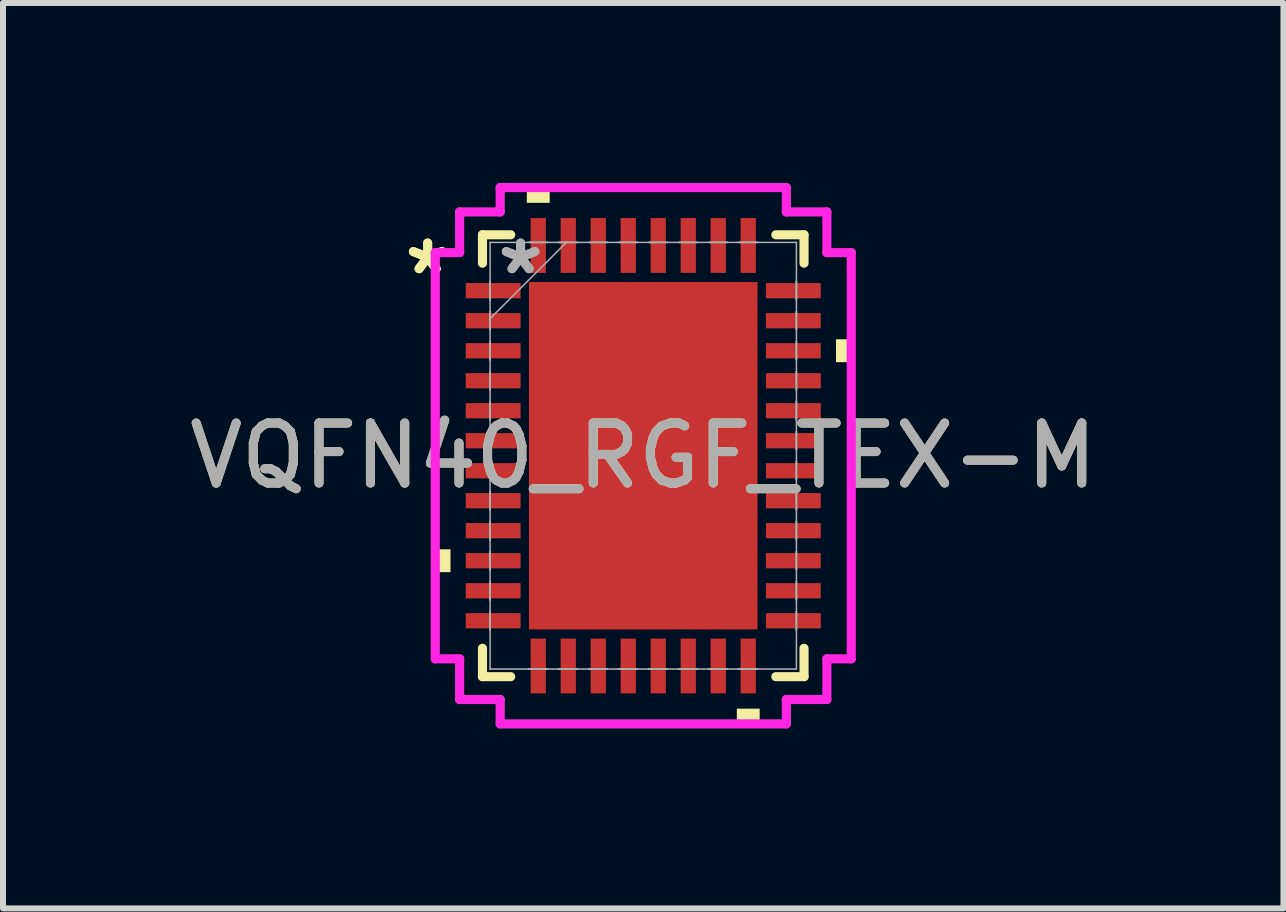
<source format=kicad_pcb>
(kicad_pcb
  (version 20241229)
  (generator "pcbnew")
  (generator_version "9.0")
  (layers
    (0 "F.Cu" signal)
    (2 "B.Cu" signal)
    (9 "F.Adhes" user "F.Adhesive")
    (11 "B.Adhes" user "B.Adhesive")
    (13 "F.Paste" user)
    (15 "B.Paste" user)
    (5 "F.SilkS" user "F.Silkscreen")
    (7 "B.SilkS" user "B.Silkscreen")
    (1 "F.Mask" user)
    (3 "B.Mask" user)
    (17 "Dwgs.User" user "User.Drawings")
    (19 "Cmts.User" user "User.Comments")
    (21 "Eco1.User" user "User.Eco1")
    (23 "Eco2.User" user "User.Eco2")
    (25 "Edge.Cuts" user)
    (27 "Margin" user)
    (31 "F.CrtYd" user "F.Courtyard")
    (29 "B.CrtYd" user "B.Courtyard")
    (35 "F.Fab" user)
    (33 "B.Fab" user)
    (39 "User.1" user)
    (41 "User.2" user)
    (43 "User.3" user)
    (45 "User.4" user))
  (footprint "VQFN40_RGF_TEX-M"
    (layer "F.Cu")
    (at 7.673 4.547)
    (property "Reference" "VQFN40_RGF_TEX-M" (at 0 0 0) (unlocked yes) (layer "F.SilkS") (effects (font (size 1 1) (thickness 0.15))))
    (attr smd)
    (fp_line (start -2.68 -3.683) (end -2.68 -3.21) (stroke (width 0.152) (type solid)) (layer "F.SilkS"))
    (fp_line (start -2.68 3.21) (end -2.68 3.683) (stroke (width 0.152) (type solid)) (layer "F.SilkS"))
    (fp_line (start -2.68 3.683) (end -2.21 3.683) (stroke (width 0.152) (type solid)) (layer "F.SilkS"))
    (fp_line (start -2.21 -3.683) (end -2.68 -3.683) (stroke (width 0.152) (type solid)) (layer "F.SilkS"))
    (fp_line (start 2.21 3.683) (end 2.68 3.683) (stroke (width 0.152) (type solid)) (layer "F.SilkS"))
    (fp_line (start 2.68 -3.683) (end 2.21 -3.683) (stroke (width 0.152) (type solid)) (layer "F.SilkS"))
    (fp_line (start 2.68 -3.21) (end 2.68 -3.683) (stroke (width 0.152) (type solid)) (layer "F.SilkS"))
    (fp_line (start 2.68 3.683) (end 2.68 3.21) (stroke (width 0.152) (type solid)) (layer "F.SilkS"))
    (fp_poly (pts (xy -3.467 1.56) (xy -3.467 1.941) (xy -3.213 1.941) (xy -3.213 1.56)) (stroke (width 0) (type solid)) (fill yes) (layer "F.SilkS"))
    (fp_poly (pts (xy -1.941 -4.216) (xy -1.941 -4.47) (xy -1.56 -4.47) (xy -1.56 -4.216)) (stroke (width 0) (type solid)) (fill yes) (layer "F.SilkS"))
    (fp_poly (pts (xy 1.56 4.216) (xy 1.56 4.47) (xy 1.941 4.47) (xy 1.941 4.216)) (stroke (width 0) (type solid)) (fill yes) (layer "F.SilkS"))
    (fp_poly (pts (xy 3.467 -1.941) (xy 3.467 -1.56) (xy 3.213 -1.56) (xy 3.213 -1.941)) (stroke (width 0) (type solid)) (fill yes) (layer "F.SilkS"))
    (fp_poly (pts (xy -1.805 -2.796) (xy -1.805 -1.548) (xy -0.735 -1.548) (xy -0.735 -2.796)) (stroke (width 0) (type solid)) (fill yes) (layer "F.Paste"))
    (fp_poly (pts (xy -1.805 -1.348) (xy -1.805 -0.1) (xy -0.735 -0.1) (xy -0.735 -1.348)) (stroke (width 0) (type solid)) (fill yes) (layer "F.Paste"))
    (fp_poly (pts (xy -1.805 0.1) (xy -1.805 1.348) (xy -0.735 1.348) (xy -0.735 0.1)) (stroke (width 0) (type solid)) (fill yes) (layer "F.Paste"))
    (fp_poly (pts (xy -1.805 1.548) (xy -1.805 2.796) (xy -0.735 2.796) (xy -0.735 1.548)) (stroke (width 0) (type solid)) (fill yes) (layer "F.Paste"))
    (fp_poly (pts (xy -0.535 -2.796) (xy -0.535 -1.548) (xy 0.535 -1.548) (xy 0.535 -2.796)) (stroke (width 0) (type solid)) (fill yes) (layer "F.Paste"))
    (fp_poly (pts (xy -0.535 -1.348) (xy -0.535 -0.1) (xy 0.535 -0.1) (xy 0.535 -1.348)) (stroke (width 0) (type solid)) (fill yes) (layer "F.Paste"))
    (fp_poly (pts (xy -0.535 0.1) (xy -0.535 1.348) (xy 0.535 1.348) (xy 0.535 0.1)) (stroke (width 0) (type solid)) (fill yes) (layer "F.Paste"))
    (fp_poly (pts (xy -0.535 1.548) (xy -0.535 2.796) (xy 0.535 2.796) (xy 0.535 1.548)) (stroke (width 0) (type solid)) (fill yes) (layer "F.Paste"))
    (fp_poly (pts (xy 0.735 -2.796) (xy 0.735 -1.548) (xy 1.805 -1.548) (xy 1.805 -2.796)) (stroke (width 0) (type solid)) (fill yes) (layer "F.Paste"))
    (fp_poly (pts (xy 0.735 -1.348) (xy 0.735 -0.1) (xy 1.805 -0.1) (xy 1.805 -1.348)) (stroke (width 0) (type solid)) (fill yes) (layer "F.Paste"))
    (fp_poly (pts (xy 0.735 0.1) (xy 0.735 1.348) (xy 1.805 1.348) (xy 1.805 0.1)) (stroke (width 0) (type solid)) (fill yes) (layer "F.Paste"))
    (fp_poly (pts (xy 0.735 1.548) (xy 0.735 2.796) (xy 1.805 2.796) (xy 1.805 1.548)) (stroke (width 0) (type solid)) (fill yes) (layer "F.Paste"))
    (fp_line (start -3.467 -3.386) (end -3.061 -3.386) (stroke (width 0.152) (type solid)) (layer "F.CrtYd"))
    (fp_line (start -3.467 3.386) (end -3.467 -3.386) (stroke (width 0.152) (type solid)) (layer "F.CrtYd"))
    (fp_line (start -3.061 -4.064) (end -2.385 -4.064) (stroke (width 0.152) (type solid)) (layer "F.CrtYd"))
    (fp_line (start -3.061 -3.386) (end -3.061 -4.064) (stroke (width 0.152) (type solid)) (layer "F.CrtYd"))
    (fp_line (start -3.061 3.386) (end -3.467 3.386) (stroke (width 0.152) (type solid)) (layer "F.CrtYd"))
    (fp_line (start -3.061 4.064) (end -3.061 3.386) (stroke (width 0.152) (type solid)) (layer "F.CrtYd"))
    (fp_line (start -2.385 -4.47) (end 2.385 -4.47) (stroke (width 0.152) (type solid)) (layer "F.CrtYd"))
    (fp_line (start -2.385 -4.064) (end -2.385 -4.47) (stroke (width 0.152) (type solid)) (layer "F.CrtYd"))
    (fp_line (start -2.385 4.064) (end -3.061 4.064) (stroke (width 0.152) (type solid)) (layer "F.CrtYd"))
    (fp_line (start -2.385 4.47) (end -2.385 4.064) (stroke (width 0.152) (type solid)) (layer "F.CrtYd"))
    (fp_line (start 2.385 -4.47) (end 2.385 -4.064) (stroke (width 0.152) (type solid)) (layer "F.CrtYd"))
    (fp_line (start 2.385 -4.064) (end 3.061 -4.064) (stroke (width 0.152) (type solid)) (layer "F.CrtYd"))
    (fp_line (start 2.385 4.064) (end 2.385 4.47) (stroke (width 0.152) (type solid)) (layer "F.CrtYd"))
    (fp_line (start 2.385 4.47) (end -2.385 4.47) (stroke (width 0.152) (type solid)) (layer "F.CrtYd"))
    (fp_line (start 3.061 -4.064) (end 3.061 -3.386) (stroke (width 0.152) (type solid)) (layer "F.CrtYd"))
    (fp_line (start 3.061 -3.386) (end 3.467 -3.386) (stroke (width 0.152) (type solid)) (layer "F.CrtYd"))
    (fp_line (start 3.061 3.386) (end 3.061 4.064) (stroke (width 0.152) (type solid)) (layer "F.CrtYd"))
    (fp_line (start 3.061 4.064) (end 2.385 4.064) (stroke (width 0.152) (type solid)) (layer "F.CrtYd"))
    (fp_line (start 3.467 -3.386) (end 3.467 3.386) (stroke (width 0.152) (type solid)) (layer "F.CrtYd"))
    (fp_line (start 3.467 3.386) (end 3.061 3.386) (stroke (width 0.152) (type solid)) (layer "F.CrtYd"))
    (fp_line (start -2.553 -3.556) (end -2.553 -3.556) (stroke (width 0.025) (type solid)) (layer "F.Fab"))
    (fp_line (start -2.553 -3.556) (end -2.553 3.556) (stroke (width 0.025) (type solid)) (layer "F.Fab"))
    (fp_line (start -2.553 -2.903) (end -2.553 -2.903) (stroke (width 0.025) (type solid)) (layer "F.Fab"))
    (fp_line (start -2.553 -2.903) (end -2.553 -2.598) (stroke (width 0.025) (type solid)) (layer "F.Fab"))
    (fp_line (start -2.553 -2.598) (end -2.553 -2.903) (stroke (width 0.025) (type solid)) (layer "F.Fab"))
    (fp_line (start -2.553 -2.598) (end -2.553 -2.598) (stroke (width 0.025) (type solid)) (layer "F.Fab"))
    (fp_line (start -2.553 -2.403) (end -2.553 -2.403) (stroke (width 0.025) (type solid)) (layer "F.Fab"))
    (fp_line (start -2.553 -2.403) (end -2.553 -2.098) (stroke (width 0.025) (type solid)) (layer "F.Fab"))
    (fp_line (start -2.553 -2.286) (end -1.283 -3.556) (stroke (width 0.025) (type solid)) (layer "F.Fab"))
    (fp_line (start -2.553 -2.098) (end -2.553 -2.403) (stroke (width 0.025) (type solid)) (layer "F.Fab"))
    (fp_line (start -2.553 -2.098) (end -2.553 -2.098) (stroke (width 0.025) (type solid)) (layer "F.Fab"))
    (fp_line (start -2.553 -1.903) (end -2.553 -1.903) (stroke (width 0.025) (type solid)) (layer "F.Fab"))
    (fp_line (start -2.553 -1.903) (end -2.553 -1.598) (stroke (width 0.025) (type solid)) (layer "F.Fab"))
    (fp_line (start -2.553 -1.598) (end -2.553 -1.903) (stroke (width 0.025) (type solid)) (layer "F.Fab"))
    (fp_line (start -2.553 -1.598) (end -2.553 -1.598) (stroke (width 0.025) (type solid)) (layer "F.Fab"))
    (fp_line (start -2.553 -1.403) (end -2.553 -1.403) (stroke (width 0.025) (type solid)) (layer "F.Fab"))
    (fp_line (start -2.553 -1.403) (end -2.553 -1.098) (stroke (width 0.025) (type solid)) (layer "F.Fab"))
    (fp_line (start -2.553 -1.098) (end -2.553 -1.403) (stroke (width 0.025) (type solid)) (layer "F.Fab"))
    (fp_line (start -2.553 -1.098) (end -2.553 -1.098) (stroke (width 0.025) (type solid)) (layer "F.Fab"))
    (fp_line (start -2.553 -0.903) (end -2.553 -0.903) (stroke (width 0.025) (type solid)) (layer "F.Fab"))
    (fp_line (start -2.553 -0.903) (end -2.553 -0.598) (stroke (width 0.025) (type solid)) (layer "F.Fab"))
    (fp_line (start -2.553 -0.598) (end -2.553 -0.903) (stroke (width 0.025) (type solid)) (layer "F.Fab"))
    (fp_line (start -2.553 -0.598) (end -2.553 -0.598) (stroke (width 0.025) (type solid)) (layer "F.Fab"))
    (fp_line (start -2.553 -0.402) (end -2.553 -0.402) (stroke (width 0.025) (type solid)) (layer "F.Fab"))
    (fp_line (start -2.553 -0.402) (end -2.553 -0.098) (stroke (width 0.025) (type solid)) (layer "F.Fab"))
    (fp_line (start -2.553 -0.098) (end -2.553 -0.402) (stroke (width 0.025) (type solid)) (layer "F.Fab"))
    (fp_line (start -2.553 -0.098) (end -2.553 -0.098) (stroke (width 0.025) (type solid)) (layer "F.Fab"))
    (fp_line (start -2.553 0.098) (end -2.553 0.098) (stroke (width 0.025) (type solid)) (layer "F.Fab"))
    (fp_line (start -2.553 0.098) (end -2.553 0.402) (stroke (width 0.025) (type solid)) (layer "F.Fab"))
    (fp_line (start -2.553 0.402) (end -2.553 0.098) (stroke (width 0.025) (type solid)) (layer "F.Fab"))
    (fp_line (start -2.553 0.402) (end -2.553 0.402) (stroke (width 0.025) (type solid)) (layer "F.Fab"))
    (fp_line (start -2.553 0.598) (end -2.553 0.598) (stroke (width 0.025) (type solid)) (layer "F.Fab"))
    (fp_line (start -2.553 0.598) (end -2.553 0.903) (stroke (width 0.025) (type solid)) (layer "F.Fab"))
    (fp_line (start -2.553 0.903) (end -2.553 0.598) (stroke (width 0.025) (type solid)) (layer "F.Fab"))
    (fp_line (start -2.553 0.903) (end -2.553 0.903) (stroke (width 0.025) (type solid)) (layer "F.Fab"))
    (fp_line (start -2.553 1.098) (end -2.553 1.098) (stroke (width 0.025) (type solid)) (layer "F.Fab"))
    (fp_line (start -2.553 1.098) (end -2.553 1.403) (stroke (width 0.025) (type solid)) (layer "F.Fab"))
    (fp_line (start -2.553 1.403) (end -2.553 1.098) (stroke (width 0.025) (type solid)) (layer "F.Fab"))
    (fp_line (start -2.553 1.403) (end -2.553 1.403) (stroke (width 0.025) (type solid)) (layer "F.Fab"))
    (fp_line (start -2.553 1.598) (end -2.553 1.598) (stroke (width 0.025) (type solid)) (layer "F.Fab"))
    (fp_line (start -2.553 1.598) (end -2.553 1.903) (stroke (width 0.025) (type solid)) (layer "F.Fab"))
    (fp_line (start -2.553 1.903) (end -2.553 1.598) (stroke (width 0.025) (type solid)) (layer "F.Fab"))
    (fp_line (start -2.553 1.903) (end -2.553 1.903) (stroke (width 0.025) (type solid)) (layer "F.Fab"))
    (fp_line (start -2.553 2.098) (end -2.553 2.098) (stroke (width 0.025) (type solid)) (layer "F.Fab"))
    (fp_line (start -2.553 2.098) (end -2.553 2.403) (stroke (width 0.025) (type solid)) (layer "F.Fab"))
    (fp_line (start -2.553 2.403) (end -2.553 2.098) (stroke (width 0.025) (type solid)) (layer "F.Fab"))
    (fp_line (start -2.553 2.403) (end -2.553 2.403) (stroke (width 0.025) (type solid)) (layer "F.Fab"))
    (fp_line (start -2.553 2.598) (end -2.553 2.598) (stroke (width 0.025) (type solid)) (layer "F.Fab"))
    (fp_line (start -2.553 2.598) (end -2.553 2.903) (stroke (width 0.025) (type solid)) (layer "F.Fab"))
    (fp_line (start -2.553 2.903) (end -2.553 2.598) (stroke (width 0.025) (type solid)) (layer "F.Fab"))
    (fp_line (start -2.553 2.903) (end -2.553 2.903) (stroke (width 0.025) (type solid)) (layer "F.Fab"))
    (fp_line (start -2.553 3.556) (end -2.553 3.556) (stroke (width 0.025) (type solid)) (layer "F.Fab"))
    (fp_line (start -2.553 3.556) (end 2.553 3.556) (stroke (width 0.025) (type solid)) (layer "F.Fab"))
    (fp_line (start -1.903 -3.556) (end -1.903 -3.556) (stroke (width 0.025) (type solid)) (layer "F.Fab"))
    (fp_line (start -1.903 -3.556) (end -1.598 -3.556) (stroke (width 0.025) (type solid)) (layer "F.Fab"))
    (fp_line (start -1.903 3.556) (end -1.903 3.556) (stroke (width 0.025) (type solid)) (layer "F.Fab"))
    (fp_line (start -1.903 3.556) (end -1.598 3.556) (stroke (width 0.025) (type solid)) (layer "F.Fab"))
    (fp_line (start -1.598 -3.556) (end -1.903 -3.556) (stroke (width 0.025) (type solid)) (layer "F.Fab"))
    (fp_line (start -1.598 -3.556) (end -1.598 -3.556) (stroke (width 0.025) (type solid)) (layer "F.Fab"))
    (fp_line (start -1.598 3.556) (end -1.903 3.556) (stroke (width 0.025) (type solid)) (layer "F.Fab"))
    (fp_line (start -1.598 3.556) (end -1.598 3.556) (stroke (width 0.025) (type solid)) (layer "F.Fab"))
    (fp_line (start -1.403 -3.556) (end -1.403 -3.556) (stroke (width 0.025) (type solid)) (layer "F.Fab"))
    (fp_line (start -1.403 -3.556) (end -1.098 -3.556) (stroke (width 0.025) (type solid)) (layer "F.Fab"))
    (fp_line (start -1.403 3.556) (end -1.403 3.556) (stroke (width 0.025) (type solid)) (layer "F.Fab"))
    (fp_line (start -1.403 3.556) (end -1.098 3.556) (stroke (width 0.025) (type solid)) (layer "F.Fab"))
    (fp_line (start -1.098 -3.556) (end -1.403 -3.556) (stroke (width 0.025) (type solid)) (layer "F.Fab"))
    (fp_line (start -1.098 -3.556) (end -1.098 -3.556) (stroke (width 0.025) (type solid)) (layer "F.Fab"))
    (fp_line (start -1.098 3.556) (end -1.403 3.556) (stroke (width 0.025) (type solid)) (layer "F.Fab"))
    (fp_line (start -1.098 3.556) (end -1.098 3.556) (stroke (width 0.025) (type solid)) (layer "F.Fab"))
    (fp_line (start -0.903 -3.556) (end -0.903 -3.556) (stroke (width 0.025) (type solid)) (layer "F.Fab"))
    (fp_line (start -0.903 -3.556) (end -0.598 -3.556) (stroke (width 0.025) (type solid)) (layer "F.Fab"))
    (fp_line (start -0.903 3.556) (end -0.903 3.556) (stroke (width 0.025) (type solid)) (layer "F.Fab"))
    (fp_line (start -0.903 3.556) (end -0.598 3.556) (stroke (width 0.025) (type solid)) (layer "F.Fab"))
    (fp_line (start -0.598 -3.556) (end -0.903 -3.556) (stroke (width 0.025) (type solid)) (layer "F.Fab"))
    (fp_line (start -0.598 -3.556) (end -0.598 -3.556) (stroke (width 0.025) (type solid)) (layer "F.Fab"))
    (fp_line (start -0.598 3.556) (end -0.903 3.556) (stroke (width 0.025) (type solid)) (layer "F.Fab"))
    (fp_line (start -0.598 3.556) (end -0.598 3.556) (stroke (width 0.025) (type solid)) (layer "F.Fab"))
    (fp_line (start -0.402 -3.556) (end -0.402 -3.556) (stroke (width 0.025) (type solid)) (layer "F.Fab"))
    (fp_line (start -0.402 -3.556) (end -0.098 -3.556) (stroke (width 0.025) (type solid)) (layer "F.Fab"))
    (fp_line (start -0.402 3.556) (end -0.402 3.556) (stroke (width 0.025) (type solid)) (layer "F.Fab"))
    (fp_line (start -0.402 3.556) (end -0.098 3.556) (stroke (width 0.025) (type solid)) (layer "F.Fab"))
    (fp_line (start -0.098 -3.556) (end -0.402 -3.556) (stroke (width 0.025) (type solid)) (layer "F.Fab"))
    (fp_line (start -0.098 -3.556) (end -0.098 -3.556) (stroke (width 0.025) (type solid)) (layer "F.Fab"))
    (fp_line (start -0.098 3.556) (end -0.402 3.556) (stroke (width 0.025) (type solid)) (layer "F.Fab"))
    (fp_line (start -0.098 3.556) (end -0.098 3.556) (stroke (width 0.025) (type solid)) (layer "F.Fab"))
    (fp_line (start 0.098 -3.556) (end 0.098 -3.556) (stroke (width 0.025) (type solid)) (layer "F.Fab"))
    (fp_line (start 0.098 -3.556) (end 0.402 -3.556) (stroke (width 0.025) (type solid)) (layer "F.Fab"))
    (fp_line (start 0.098 3.556) (end 0.098 3.556) (stroke (width 0.025) (type solid)) (layer "F.Fab"))
    (fp_line (start 0.098 3.556) (end 0.402 3.556) (stroke (width 0.025) (type solid)) (layer "F.Fab"))
    (fp_line (start 0.402 -3.556) (end 0.098 -3.556) (stroke (width 0.025) (type solid)) (layer "F.Fab"))
    (fp_line (start 0.402 -3.556) (end 0.402 -3.556) (stroke (width 0.025) (type solid)) (layer "F.Fab"))
    (fp_line (start 0.402 3.556) (end 0.098 3.556) (stroke (width 0.025) (type solid)) (layer "F.Fab"))
    (fp_line (start 0.402 3.556) (end 0.402 3.556) (stroke (width 0.025) (type solid)) (layer "F.Fab"))
    (fp_line (start 0.598 -3.556) (end 0.598 -3.556) (stroke (width 0.025) (type solid)) (layer "F.Fab"))
    (fp_line (start 0.598 -3.556) (end 0.903 -3.556) (stroke (width 0.025) (type solid)) (layer "F.Fab"))
    (fp_line (start 0.598 3.556) (end 0.598 3.556) (stroke (width 0.025) (type solid)) (layer "F.Fab"))
    (fp_line (start 0.598 3.556) (end 0.903 3.556) (stroke (width 0.025) (type solid)) (layer "F.Fab"))
    (fp_line (start 0.903 -3.556) (end 0.598 -3.556) (stroke (width 0.025) (type solid)) (layer "F.Fab"))
    (fp_line (start 0.903 -3.556) (end 0.903 -3.556) (stroke (width 0.025) (type solid)) (layer "F.Fab"))
    (fp_line (start 0.903 3.556) (end 0.598 3.556) (stroke (width 0.025) (type solid)) (layer "F.Fab"))
    (fp_line (start 0.903 3.556) (end 0.903 3.556) (stroke (width 0.025) (type solid)) (layer "F.Fab"))
    (fp_line (start 1.098 -3.556) (end 1.098 -3.556) (stroke (width 0.025) (type solid)) (layer "F.Fab"))
    (fp_line (start 1.098 -3.556) (end 1.403 -3.556) (stroke (width 0.025) (type solid)) (layer "F.Fab"))
    (fp_line (start 1.098 3.556) (end 1.098 3.556) (stroke (width 0.025) (type solid)) (layer "F.Fab"))
    (fp_line (start 1.098 3.556) (end 1.403 3.556) (stroke (width 0.025) (type solid)) (layer "F.Fab"))
    (fp_line (start 1.403 -3.556) (end 1.098 -3.556) (stroke (width 0.025) (type solid)) (layer "F.Fab"))
    (fp_line (start 1.403 -3.556) (end 1.403 -3.556) (stroke (width 0.025) (type solid)) (layer "F.Fab"))
    (fp_line (start 1.403 3.556) (end 1.098 3.556) (stroke (width 0.025) (type solid)) (layer "F.Fab"))
    (fp_line (start 1.403 3.556) (end 1.403 3.556) (stroke (width 0.025) (type solid)) (layer "F.Fab"))
    (fp_line (start 1.598 -3.556) (end 1.598 -3.556) (stroke (width 0.025) (type solid)) (layer "F.Fab"))
    (fp_line (start 1.598 -3.556) (end 1.903 -3.556) (stroke (width 0.025) (type solid)) (layer "F.Fab"))
    (fp_line (start 1.598 3.556) (end 1.598 3.556) (stroke (width 0.025) (type solid)) (layer "F.Fab"))
    (fp_line (start 1.598 3.556) (end 1.903 3.556) (stroke (width 0.025) (type solid)) (layer "F.Fab"))
    (fp_line (start 1.903 -3.556) (end 1.598 -3.556) (stroke (width 0.025) (type solid)) (layer "F.Fab"))
    (fp_line (start 1.903 -3.556) (end 1.903 -3.556) (stroke (width 0.025) (type solid)) (layer "F.Fab"))
    (fp_line (start 1.903 3.556) (end 1.598 3.556) (stroke (width 0.025) (type solid)) (layer "F.Fab"))
    (fp_line (start 1.903 3.556) (end 1.903 3.556) (stroke (width 0.025) (type solid)) (layer "F.Fab"))
    (fp_line (start 2.553 -3.556) (end -2.553 -3.556) (stroke (width 0.025) (type solid)) (layer "F.Fab"))
    (fp_line (start 2.553 -3.556) (end 2.553 -3.556) (stroke (width 0.025) (type solid)) (layer "F.Fab"))
    (fp_line (start 2.553 -2.903) (end 2.553 -2.903) (stroke (width 0.025) (type solid)) (layer "F.Fab"))
    (fp_line (start 2.553 -2.903) (end 2.553 -2.598) (stroke (width 0.025) (type solid)) (layer "F.Fab"))
    (fp_line (start 2.553 -2.598) (end 2.553 -2.903) (stroke (width 0.025) (type solid)) (layer "F.Fab"))
    (fp_line (start 2.553 -2.598) (end 2.553 -2.598) (stroke (width 0.025) (type solid)) (layer "F.Fab"))
    (fp_line (start 2.553 -2.403) (end 2.553 -2.403) (stroke (width 0.025) (type solid)) (layer "F.Fab"))
    (fp_line (start 2.553 -2.403) (end 2.553 -2.098) (stroke (width 0.025) (type solid)) (layer "F.Fab"))
    (fp_line (start 2.553 -2.098) (end 2.553 -2.403) (stroke (width 0.025) (type solid)) (layer "F.Fab"))
    (fp_line (start 2.553 -2.098) (end 2.553 -2.098) (stroke (width 0.025) (type solid)) (layer "F.Fab"))
    (fp_line (start 2.553 -1.903) (end 2.553 -1.903) (stroke (width 0.025) (type solid)) (layer "F.Fab"))
    (fp_line (start 2.553 -1.903) (end 2.553 -1.598) (stroke (width 0.025) (type solid)) (layer "F.Fab"))
    (fp_line (start 2.553 -1.598) (end 2.553 -1.903) (stroke (width 0.025) (type solid)) (layer "F.Fab"))
    (fp_line (start 2.553 -1.598) (end 2.553 -1.598) (stroke (width 0.025) (type solid)) (layer "F.Fab"))
    (fp_line (start 2.553 -1.403) (end 2.553 -1.403) (stroke (width 0.025) (type solid)) (layer "F.Fab"))
    (fp_line (start 2.553 -1.403) (end 2.553 -1.098) (stroke (width 0.025) (type solid)) (layer "F.Fab"))
    (fp_line (start 2.553 -1.098) (end 2.553 -1.403) (stroke (width 0.025) (type solid)) (layer "F.Fab"))
    (fp_line (start 2.553 -1.098) (end 2.553 -1.098) (stroke (width 0.025) (type solid)) (layer "F.Fab"))
    (fp_line (start 2.553 -0.903) (end 2.553 -0.903) (stroke (width 0.025) (type solid)) (layer "F.Fab"))
    (fp_line (start 2.553 -0.903) (end 2.553 -0.598) (stroke (width 0.025) (type solid)) (layer "F.Fab"))
    (fp_line (start 2.553 -0.598) (end 2.553 -0.903) (stroke (width 0.025) (type solid)) (layer "F.Fab"))
    (fp_line (start 2.553 -0.598) (end 2.553 -0.598) (stroke (width 0.025) (type solid)) (layer "F.Fab"))
    (fp_line (start 2.553 -0.402) (end 2.553 -0.402) (stroke (width 0.025) (type solid)) (layer "F.Fab"))
    (fp_line (start 2.553 -0.402) (end 2.553 -0.098) (stroke (width 0.025) (type solid)) (layer "F.Fab"))
    (fp_line (start 2.553 -0.098) (end 2.553 -0.402) (stroke (width 0.025) (type solid)) (layer "F.Fab"))
    (fp_line (start 2.553 -0.098) (end 2.553 -0.098) (stroke (width 0.025) (type solid)) (layer "F.Fab"))
    (fp_line (start 2.553 0.098) (end 2.553 0.098) (stroke (width 0.025) (type solid)) (layer "F.Fab"))
    (fp_line (start 2.553 0.098) (end 2.553 0.402) (stroke (width 0.025) (type solid)) (layer "F.Fab"))
    (fp_line (start 2.553 0.402) (end 2.553 0.098) (stroke (width 0.025) (type solid)) (layer "F.Fab"))
    (fp_line (start 2.553 0.402) (end 2.553 0.402) (stroke (width 0.025) (type solid)) (layer "F.Fab"))
    (fp_line (start 2.553 0.598) (end 2.553 0.598) (stroke (width 0.025) (type solid)) (layer "F.Fab"))
    (fp_line (start 2.553 0.598) (end 2.553 0.903) (stroke (width 0.025) (type solid)) (layer "F.Fab"))
    (fp_line (start 2.553 0.903) (end 2.553 0.598) (stroke (width 0.025) (type solid)) (layer "F.Fab"))
    (fp_line (start 2.553 0.903) (end 2.553 0.903) (stroke (width 0.025) (type solid)) (layer "F.Fab"))
    (fp_line (start 2.553 1.098) (end 2.553 1.098) (stroke (width 0.025) (type solid)) (layer "F.Fab"))
    (fp_line (start 2.553 1.098) (end 2.553 1.403) (stroke (width 0.025) (type solid)) (layer "F.Fab"))
    (fp_line (start 2.553 1.403) (end 2.553 1.098) (stroke (width 0.025) (type solid)) (layer "F.Fab"))
    (fp_line (start 2.553 1.403) (end 2.553 1.403) (stroke (width 0.025) (type solid)) (layer "F.Fab"))
    (fp_line (start 2.553 1.598) (end 2.553 1.598) (stroke (width 0.025) (type solid)) (layer "F.Fab"))
    (fp_line (start 2.553 1.598) (end 2.553 1.903) (stroke (width 0.025) (type solid)) (layer "F.Fab"))
    (fp_line (start 2.553 1.903) (end 2.553 1.598) (stroke (width 0.025) (type solid)) (layer "F.Fab"))
    (fp_line (start 2.553 1.903) (end 2.553 1.903) (stroke (width 0.025) (type solid)) (layer "F.Fab"))
    (fp_line (start 2.553 2.098) (end 2.553 2.098) (stroke (width 0.025) (type solid)) (layer "F.Fab"))
    (fp_line (start 2.553 2.098) (end 2.553 2.403) (stroke (width 0.025) (type solid)) (layer "F.Fab"))
    (fp_line (start 2.553 2.403) (end 2.553 2.098) (stroke (width 0.025) (type solid)) (layer "F.Fab"))
    (fp_line (start 2.553 2.403) (end 2.553 2.403) (stroke (width 0.025) (type solid)) (layer "F.Fab"))
    (fp_line (start 2.553 2.598) (end 2.553 2.598) (stroke (width 0.025) (type solid)) (layer "F.Fab"))
    (fp_line (start 2.553 2.598) (end 2.553 2.903) (stroke (width 0.025) (type solid)) (layer "F.Fab"))
    (fp_line (start 2.553 2.903) (end 2.553 2.598) (stroke (width 0.025) (type solid)) (layer "F.Fab"))
    (fp_line (start 2.553 2.903) (end 2.553 2.903) (stroke (width 0.025) (type solid)) (layer "F.Fab"))
    (fp_line (start 2.553 3.556) (end 2.553 -3.556) (stroke (width 0.025) (type solid)) (layer "F.Fab"))
    (fp_line (start 2.553 3.556) (end 2.553 3.556) (stroke (width 0.025) (type solid)) (layer "F.Fab"))
    (fp_text user "*" (at -3.594 -3.001 0) (unlocked yes) (layer "F.SilkS") (effects (font (size 1 1) (thickness 0.15))))
    (fp_text user "*" (at -3.594 -3.001 0) (layer "F.SilkS") (effects (font (size 1 1) (thickness 0.15))))
    (fp_text user "*" (at -2.045 -3.001 0) (layer "F.Fab") (effects (font (size 1 1) (thickness 0.15))))
    (fp_text user "${REFERENCE}" (at 0 0 0) (unlocked yes) (layer "F.Fab") (effects (font (size 1 1) (thickness 0.15))))
    (fp_text user "*" (at -2.045 -3.001 0) (unlocked yes) (layer "F.Fab") (effects (font (size 1 1) (thickness 0.15))))
    (pad "1" smd rect (at -2.502 -2.751 90) (size 0.254 0.914) (layers "F.Cu" "F.Mask" "F.Paste"))
    (pad "2" smd rect (at -2.502 -2.251 90) (size 0.254 0.914) (layers "F.Cu" "F.Mask" "F.Paste"))
    (pad "3" smd rect (at -2.502 -1.75 90) (size 0.254 0.914) (layers "F.Cu" "F.Mask" "F.Paste"))
    (pad "4" smd rect (at -2.502 -1.25 90) (size 0.254 0.914) (layers "F.Cu" "F.Mask" "F.Paste"))
    (pad "5" smd rect (at -2.502 -0.75 90) (size 0.254 0.914) (layers "F.Cu" "F.Mask" "F.Paste"))
    (pad "6" smd rect (at -2.502 -0.25 90) (size 0.254 0.914) (layers "F.Cu" "F.Mask" "F.Paste"))
    (pad "7" smd rect (at -2.502 0.25 90) (size 0.254 0.914) (layers "F.Cu" "F.Mask" "F.Paste"))
    (pad "8" smd rect (at -2.502 0.75 90) (size 0.254 0.914) (layers "F.Cu" "F.Mask" "F.Paste"))
    (pad "9" smd rect (at -2.502 1.25 90) (size 0.254 0.914) (layers "F.Cu" "F.Mask" "F.Paste"))
    (pad "10" smd rect (at -2.502 1.75 90) (size 0.254 0.914) (layers "F.Cu" "F.Mask" "F.Paste"))
    (pad "11" smd rect (at -2.502 2.251 90) (size 0.254 0.914) (layers "F.Cu" "F.Mask" "F.Paste"))
    (pad "12" smd rect (at -2.502 2.751 90) (size 0.254 0.914) (layers "F.Cu" "F.Mask" "F.Paste"))
    (pad "13" smd rect (at -1.75 3.505) (size 0.254 0.914) (layers "F.Cu" "F.Mask" "F.Paste"))
    (pad "14" smd rect (at -1.25 3.505) (size 0.254 0.914) (layers "F.Cu" "F.Mask" "F.Paste"))
    (pad "15" smd rect (at -0.75 3.505) (size 0.254 0.914) (layers "F.Cu" "F.Mask" "F.Paste"))
    (pad "16" smd rect (at -0.25 3.505) (size 0.254 0.914) (layers "F.Cu" "F.Mask" "F.Paste"))
    (pad "17" smd rect (at 0.25 3.505) (size 0.254 0.914) (layers "F.Cu" "F.Mask" "F.Paste"))
    (pad "18" smd rect (at 0.75 3.505) (size 0.254 0.914) (layers "F.Cu" "F.Mask" "F.Paste"))
    (pad "19" smd rect (at 1.25 3.505) (size 0.254 0.914) (layers "F.Cu" "F.Mask" "F.Paste"))
    (pad "20" smd rect (at 1.75 3.505) (size 0.254 0.914) (layers "F.Cu" "F.Mask" "F.Paste"))
    (pad "21" smd rect (at 2.502 2.751 90) (size 0.254 0.914) (layers "F.Cu" "F.Mask" "F.Paste"))
    (pad "22" smd rect (at 2.502 2.251 90) (size 0.254 0.914) (layers "F.Cu" "F.Mask" "F.Paste"))
    (pad "23" smd rect (at 2.502 1.75 90) (size 0.254 0.914) (layers "F.Cu" "F.Mask" "F.Paste"))
    (pad "24" smd rect (at 2.502 1.25 90) (size 0.254 0.914) (layers "F.Cu" "F.Mask" "F.Paste"))
    (pad "25" smd rect (at 2.502 0.75 90) (size 0.254 0.914) (layers "F.Cu" "F.Mask" "F.Paste"))
    (pad "26" smd rect (at 2.502 0.25 90) (size 0.254 0.914) (layers "F.Cu" "F.Mask" "F.Paste"))
    (pad "27" smd rect (at 2.502 -0.25 90) (size 0.254 0.914) (layers "F.Cu" "F.Mask" "F.Paste"))
    (pad "28" smd rect (at 2.502 -0.75 90) (size 0.254 0.914) (layers "F.Cu" "F.Mask" "F.Paste"))
    (pad "29" smd rect (at 2.502 -1.25 90) (size 0.254 0.914) (layers "F.Cu" "F.Mask" "F.Paste"))
    (pad "30" smd rect (at 2.502 -1.75 90) (size 0.254 0.914) (layers "F.Cu" "F.Mask" "F.Paste"))
    (pad "31" smd rect (at 2.502 -2.251 90) (size 0.254 0.914) (layers "F.Cu" "F.Mask" "F.Paste"))
    (pad "32" smd rect (at 2.502 -2.751 90) (size 0.254 0.914) (layers "F.Cu" "F.Mask" "F.Paste"))
    (pad "33" smd rect (at 1.75 -3.505) (size 0.254 0.914) (layers "F.Cu" "F.Mask" "F.Paste"))
    (pad "34" smd rect (at 1.25 -3.505) (size 0.254 0.914) (layers "F.Cu" "F.Mask" "F.Paste"))
    (pad "35" smd rect (at 0.75 -3.505) (size 0.254 0.914) (layers "F.Cu" "F.Mask" "F.Paste"))
    (pad "36" smd rect (at 0.25 -3.505) (size 0.254 0.914) (layers "F.Cu" "F.Mask" "F.Paste"))
    (pad "37" smd rect (at -0.25 -3.505) (size 0.254 0.914) (layers "F.Cu" "F.Mask" "F.Paste"))
    (pad "38" smd rect (at -0.75 -3.505) (size 0.254 0.914) (layers "F.Cu" "F.Mask" "F.Paste"))
    (pad "39" smd rect (at -1.25 -3.505) (size 0.254 0.914) (layers "F.Cu" "F.Mask" "F.Paste"))
    (pad "40" smd rect (at -1.75 -3.505) (size 0.254 0.914) (layers "F.Cu" "F.Mask" "F.Paste"))
    (pad "41" smd rect (at 0 0) (size 3.81 5.791) (layers "F.Cu" "F.Mask" "F.Paste")))
  (gr_rect
    (start -3 -3)
    (end 18.345 12.093)
    (stroke (width 0.1) (type default))
    (fill no)
    (layer "Edge.Cuts")))
</source>
